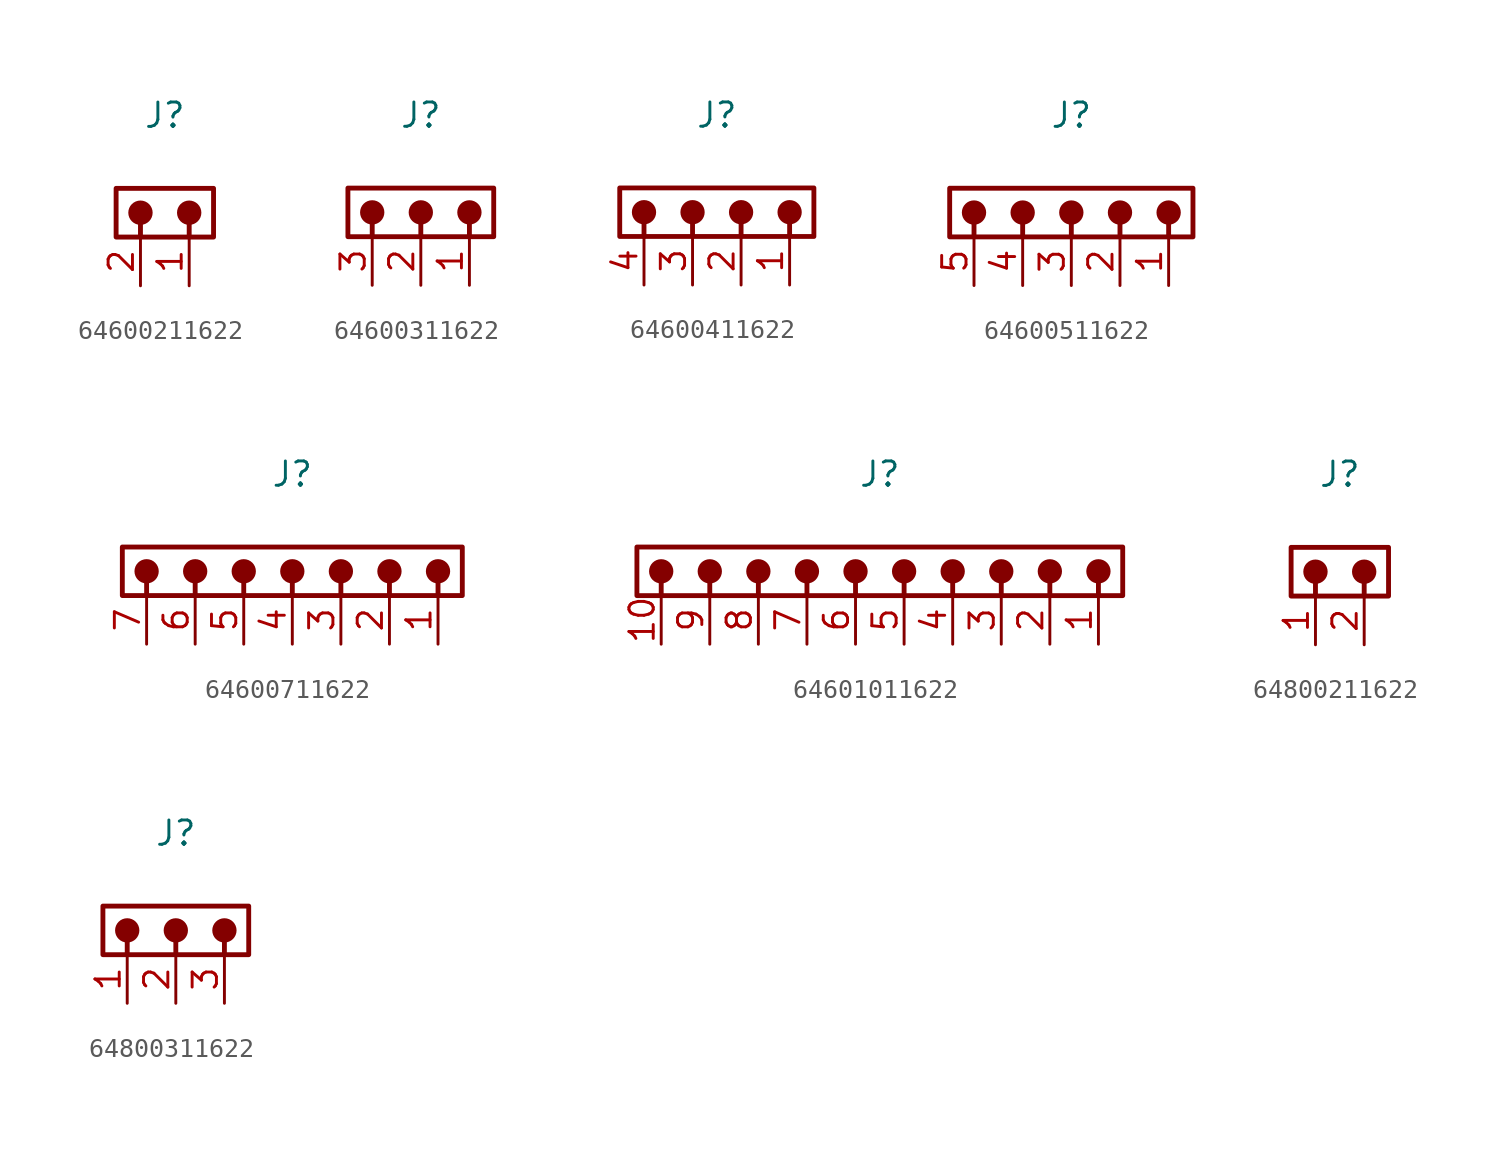
<source format=kicad_sym>
(kicad_symbol_lib
  (version 20241209)
  (generator "kicad_symbol_editor")
  (generator_version "9.0")
  (symbol "64600211622"
    (pin_names
      (hide yes))
    (property "Reference" "J"
      (at 0 5.08 0)
      (effects (font (size 1.27 1.27))))
    (symbol "64600211622_1_1"
      (circle (center -1.27 0) (radius 0.508) (stroke (width 0.254) (type solid)) (fill (type outline)))
      (polyline (pts (xy -1.27 -0.508) (xy -1.27 -1.27)) (stroke (width 0.254) (type solid)) (fill (type none)))
      (circle (center 1.27 0) (radius 0.508) (stroke (width 0.254) (type solid)) (fill (type outline)))
      (polyline (pts (xy 1.27 -0.508) (xy 1.27 -1.27)) (stroke (width 0.254) (type solid)) (fill (type none)))
      (rectangle (start 2.54 1.27) (end -2.54 -1.27) (stroke (width 0.254) (type solid)) (fill (type none)))
      (pin passive line (at -1.27 -3.81 90) (length 2.54) (name "2" (effects (font (size 1.27 1.27)))) (number "2" (effects (font (size 1.27 1.27)))))
      (pin passive line (at 1.27 -3.81 90) (length 2.54) (name "1" (effects (font (size 1.27 1.27)))) (number "1" (effects (font (size 1.27 1.27)))))))
  (symbol "64600311622"
    (pin_names
      (hide yes))
    (property "Reference" "J"
      (at 0 5.08 0)
      (effects (font (size 1.27 1.27))))
    (symbol "64600311622_1_1"
      (rectangle (start -3.81 1.27) (end 3.81 -1.27) (stroke (width 0.254) (type solid)) (fill (type none)))
      (circle (center -2.54 0) (radius 0.508) (stroke (width 0.254) (type solid)) (fill (type outline)))
      (polyline (pts (xy -2.54 -0.508) (xy -2.54 -1.27)) (stroke (width 0.254) (type solid)) (fill (type none)))
      (circle (center 0 0) (radius 0.508) (stroke (width 0.254) (type solid)) (fill (type outline)))
      (polyline (pts (xy 0 -0.508) (xy 0 -1.27)) (stroke (width 0.254) (type solid)) (fill (type none)))
      (circle (center 2.54 0) (radius 0.508) (stroke (width 0.254) (type solid)) (fill (type outline)))
      (polyline (pts (xy 2.54 -0.508) (xy 2.54 -1.27)) (stroke (width 0.254) (type solid)) (fill (type none)))
      (pin passive line (at -2.54 -3.81 90) (length 2.54) (name "3" (effects (font (size 1.27 1.27)))) (number "3" (effects (font (size 1.27 1.27)))))
      (pin passive line (at 0 -3.81 90) (length 2.54) (name "2" (effects (font (size 1.27 1.27)))) (number "2" (effects (font (size 1.27 1.27)))))
      (pin passive line (at 2.54 -3.81 90) (length 2.54) (name "1" (effects (font (size 1.27 1.27)))) (number "1" (effects (font (size 1.27 1.27)))))))
  (symbol "64600411622"
    (pin_names
      (hide yes))
    (property "Reference" "J"
      (at 0 5.08 0)
      (effects (font (size 1.27 1.27))))
    (symbol "64600411622_1_1"
      (rectangle (start -5.08 1.27) (end 5.08 -1.27) (stroke (width 0.254) (type solid)) (fill (type none)))
      (circle (center -3.81 0) (radius 0.508) (stroke (width 0.254) (type solid)) (fill (type outline)))
      (polyline (pts (xy -3.81 -0.508) (xy -3.81 -1.27)) (stroke (width 0.254) (type solid)) (fill (type none)))
      (circle (center -1.27 0) (radius 0.508) (stroke (width 0.254) (type solid)) (fill (type outline)))
      (polyline (pts (xy -1.27 -0.508) (xy -1.27 -1.27)) (stroke (width 0.254) (type solid)) (fill (type none)))
      (circle (center 1.27 0) (radius 0.508) (stroke (width 0.254) (type solid)) (fill (type outline)))
      (polyline (pts (xy 1.27 -0.508) (xy 1.27 -1.27)) (stroke (width 0.254) (type solid)) (fill (type none)))
      (circle (center 3.81 0) (radius 0.508) (stroke (width 0.254) (type solid)) (fill (type outline)))
      (polyline (pts (xy 3.81 -0.508) (xy 3.81 -1.27)) (stroke (width 0.254) (type solid)) (fill (type none)))
      (pin passive line (at -3.81 -3.81 90) (length 2.54) (name "4" (effects (font (size 1.27 1.27)))) (number "4" (effects (font (size 1.27 1.27)))))
      (pin passive line (at -1.27 -3.81 90) (length 2.54) (name "3" (effects (font (size 1.27 1.27)))) (number "3" (effects (font (size 1.27 1.27)))))
      (pin passive line (at 1.27 -3.81 90) (length 2.54) (name "2" (effects (font (size 1.27 1.27)))) (number "2" (effects (font (size 1.27 1.27)))))
      (pin passive line (at 3.81 -3.81 90) (length 2.54) (name "1" (effects (font (size 1.27 1.27)))) (number "1" (effects (font (size 1.27 1.27)))))))
  (symbol "64600511622"
    (pin_names
      (hide yes))
    (property "Reference" "J"
      (at 0 5.08 0)
      (effects (font (size 1.27 1.27))))
    (symbol "64600511622_1_1"
      (rectangle (start -6.35 1.27) (end 6.35 -1.27) (stroke (width 0.254) (type solid)) (fill (type none)))
      (circle (center -5.08 0) (radius 0.508) (stroke (width 0.254) (type solid)) (fill (type outline)))
      (polyline (pts (xy -5.08 -0.508) (xy -5.08 -1.27)) (stroke (width 0.254) (type solid)) (fill (type none)))
      (circle (center -2.54 0) (radius 0.508) (stroke (width 0.254) (type solid)) (fill (type outline)))
      (polyline (pts (xy -2.54 -0.508) (xy -2.54 -1.27)) (stroke (width 0.254) (type solid)) (fill (type none)))
      (circle (center 0 0) (radius 0.508) (stroke (width 0.254) (type solid)) (fill (type outline)))
      (polyline (pts (xy 0 -0.508) (xy 0 -1.27)) (stroke (width 0.254) (type solid)) (fill (type none)))
      (circle (center 2.54 0) (radius 0.508) (stroke (width 0.254) (type solid)) (fill (type outline)))
      (polyline (pts (xy 2.54 -0.508) (xy 2.54 -1.27)) (stroke (width 0.254) (type solid)) (fill (type none)))
      (circle (center 5.08 0) (radius 0.508) (stroke (width 0.254) (type solid)) (fill (type outline)))
      (polyline (pts (xy 5.08 -0.508) (xy 5.08 -1.27)) (stroke (width 0.254) (type solid)) (fill (type none)))
      (pin passive line (at -5.08 -3.81 90) (length 2.54) (name "5" (effects (font (size 1.27 1.27)))) (number "5" (effects (font (size 1.27 1.27)))))
      (pin passive line (at -2.54 -3.81 90) (length 2.54) (name "4" (effects (font (size 1.27 1.27)))) (number "4" (effects (font (size 1.27 1.27)))))
      (pin passive line (at 0 -3.81 90) (length 2.54) (name "3" (effects (font (size 1.27 1.27)))) (number "3" (effects (font (size 1.27 1.27)))))
      (pin passive line (at 2.54 -3.81 90) (length 2.54) (name "2" (effects (font (size 1.27 1.27)))) (number "2" (effects (font (size 1.27 1.27)))))
      (pin passive line (at 5.08 -3.81 90) (length 2.54) (name "1" (effects (font (size 1.27 1.27)))) (number "1" (effects (font (size 1.27 1.27)))))))
  (symbol "64600711622"
    (pin_names
      (hide yes))
    (property "Reference" "J"
      (at 0 5.08 0)
      (effects (font (size 1.27 1.27))))
    (symbol "64600711622_1_1"
      (rectangle (start -8.89 1.27) (end 8.89 -1.27) (stroke (width 0.254) (type solid)) (fill (type none)))
      (circle (center -7.62 0) (radius 0.508) (stroke (width 0.254) (type solid)) (fill (type outline)))
      (polyline (pts (xy -7.62 -0.508) (xy -7.62 -1.27)) (stroke (width 0.254) (type solid)) (fill (type none)))
      (circle (center -5.08 0) (radius 0.508) (stroke (width 0.254) (type solid)) (fill (type outline)))
      (polyline (pts (xy -5.08 -0.508) (xy -5.08 -1.27)) (stroke (width 0.254) (type solid)) (fill (type none)))
      (circle (center -2.54 0) (radius 0.508) (stroke (width 0.254) (type solid)) (fill (type outline)))
      (polyline (pts (xy -2.54 -0.508) (xy -2.54 -1.27)) (stroke (width 0.254) (type solid)) (fill (type none)))
      (circle (center 0 0) (radius 0.508) (stroke (width 0.254) (type solid)) (fill (type outline)))
      (polyline (pts (xy 0 -0.508) (xy 0 -1.27)) (stroke (width 0.254) (type solid)) (fill (type none)))
      (circle (center 2.54 0) (radius 0.508) (stroke (width 0.254) (type solid)) (fill (type outline)))
      (polyline (pts (xy 2.54 -0.508) (xy 2.54 -1.27)) (stroke (width 0.254) (type solid)) (fill (type none)))
      (circle (center 5.08 0) (radius 0.508) (stroke (width 0.254) (type solid)) (fill (type outline)))
      (polyline (pts (xy 5.08 -0.508) (xy 5.08 -1.27)) (stroke (width 0.254) (type solid)) (fill (type none)))
      (circle (center 7.62 0) (radius 0.508) (stroke (width 0.254) (type solid)) (fill (type outline)))
      (polyline (pts (xy 7.62 -0.508) (xy 7.62 -1.27)) (stroke (width 0.254) (type solid)) (fill (type none)))
      (pin passive line (at -7.62 -3.81 90) (length 2.54) (name "7" (effects (font (size 1.27 1.27)))) (number "7" (effects (font (size 1.27 1.27)))))
      (pin passive line (at -5.08 -3.81 90) (length 2.54) (name "6" (effects (font (size 1.27 1.27)))) (number "6" (effects (font (size 1.27 1.27)))))
      (pin passive line (at -2.54 -3.81 90) (length 2.54) (name "5" (effects (font (size 1.27 1.27)))) (number "5" (effects (font (size 1.27 1.27)))))
      (pin passive line (at 0 -3.81 90) (length 2.54) (name "4" (effects (font (size 1.27 1.27)))) (number "4" (effects (font (size 1.27 1.27)))))
      (pin passive line (at 2.54 -3.81 90) (length 2.54) (name "3" (effects (font (size 1.27 1.27)))) (number "3" (effects (font (size 1.27 1.27)))))
      (pin passive line (at 5.08 -3.81 90) (length 2.54) (name "2" (effects (font (size 1.27 1.27)))) (number "2" (effects (font (size 1.27 1.27)))))
      (pin passive line (at 7.62 -3.81 90) (length 2.54) (name "1" (effects (font (size 1.27 1.27)))) (number "1" (effects (font (size 1.27 1.27)))))))
  (symbol "64601011622"
    (pin_names
      (hide yes))
    (property "Reference" "J"
      (at 0 5.08 0)
      (effects (font (size 1.27 1.27))))
    (symbol "64601011622_1_1"
      (rectangle (start -12.7 1.27) (end 12.7 -1.27) (stroke (width 0.254) (type solid)) (fill (type none)))
      (circle (center -11.43 0) (radius 0.508) (stroke (width 0.254) (type solid)) (fill (type outline)))
      (polyline (pts (xy -11.43 -0.508) (xy -11.43 -1.27)) (stroke (width 0.254) (type solid)) (fill (type none)))
      (circle (center -8.89 0) (radius 0.508) (stroke (width 0.254) (type solid)) (fill (type outline)))
      (polyline (pts (xy -8.89 -0.508) (xy -8.89 -1.27)) (stroke (width 0.254) (type solid)) (fill (type none)))
      (circle (center -6.35 0) (radius 0.508) (stroke (width 0.254) (type solid)) (fill (type outline)))
      (polyline (pts (xy -6.35 -0.508) (xy -6.35 -1.27)) (stroke (width 0.254) (type solid)) (fill (type none)))
      (circle (center -3.81 0) (radius 0.508) (stroke (width 0.254) (type solid)) (fill (type outline)))
      (polyline (pts (xy -3.81 -0.508) (xy -3.81 -1.27)) (stroke (width 0.254) (type solid)) (fill (type none)))
      (circle (center -1.27 0) (radius 0.508) (stroke (width 0.254) (type solid)) (fill (type outline)))
      (polyline (pts (xy -1.27 -0.508) (xy -1.27 -1.27)) (stroke (width 0.254) (type solid)) (fill (type none)))
      (circle (center 1.27 0) (radius 0.508) (stroke (width 0.254) (type solid)) (fill (type outline)))
      (polyline (pts (xy 1.27 -0.508) (xy 1.27 -1.27)) (stroke (width 0.254) (type solid)) (fill (type none)))
      (circle (center 3.81 0) (radius 0.508) (stroke (width 0.254) (type solid)) (fill (type outline)))
      (polyline (pts (xy 3.81 -0.508) (xy 3.81 -1.27)) (stroke (width 0.254) (type solid)) (fill (type none)))
      (circle (center 6.35 0) (radius 0.508) (stroke (width 0.254) (type solid)) (fill (type outline)))
      (polyline (pts (xy 6.35 -0.508) (xy 6.35 -1.27)) (stroke (width 0.254) (type solid)) (fill (type none)))
      (circle (center 8.89 0) (radius 0.508) (stroke (width 0.254) (type solid)) (fill (type outline)))
      (polyline (pts (xy 8.89 -0.508) (xy 8.89 -1.27)) (stroke (width 0.254) (type solid)) (fill (type none)))
      (circle (center 11.43 0) (radius 0.508) (stroke (width 0.254) (type solid)) (fill (type outline)))
      (polyline (pts (xy 11.43 -0.508) (xy 11.43 -1.27)) (stroke (width 0.254) (type solid)) (fill (type none)))
      (pin passive line (at -11.43 -3.81 90) (length 2.54) (name "10" (effects (font (size 1.27 1.27)))) (number "10" (effects (font (size 1.27 1.27)))))
      (pin passive line (at -8.89 -3.81 90) (length 2.54) (name "9" (effects (font (size 1.27 1.27)))) (number "9" (effects (font (size 1.27 1.27)))))
      (pin passive line (at -6.35 -3.81 90) (length 2.54) (name "8" (effects (font (size 1.27 1.27)))) (number "8" (effects (font (size 1.27 1.27)))))
      (pin passive line (at -3.81 -3.81 90) (length 2.54) (name "7" (effects (font (size 1.27 1.27)))) (number "7" (effects (font (size 1.27 1.27)))))
      (pin passive line (at -1.27 -3.81 90) (length 2.54) (name "6" (effects (font (size 1.27 1.27)))) (number "6" (effects (font (size 1.27 1.27)))))
      (pin passive line (at 1.27 -3.81 90) (length 2.54) (name "5" (effects (font (size 1.27 1.27)))) (number "5" (effects (font (size 1.27 1.27)))))
      (pin passive line (at 3.81 -3.81 90) (length 2.54) (name "4" (effects (font (size 1.27 1.27)))) (number "4" (effects (font (size 1.27 1.27)))))
      (pin passive line (at 6.35 -3.81 90) (length 2.54) (name "3" (effects (font (size 1.27 1.27)))) (number "3" (effects (font (size 1.27 1.27)))))
      (pin passive line (at 8.89 -3.81 90) (length 2.54) (name "2" (effects (font (size 1.27 1.27)))) (number "2" (effects (font (size 1.27 1.27)))))
      (pin passive line (at 11.43 -3.81 90) (length 2.54) (name "1" (effects (font (size 1.27 1.27)))) (number "1" (effects (font (size 1.27 1.27)))))))
  (symbol "64800211622"
    (pin_names
      (hide yes))
    (property "Reference" "J"
      (at 0 5.08 0)
      (effects (font (size 1.27 1.27))))
    (symbol "64800211622_1_1"
      (rectangle (start -2.54 1.27) (end 2.54 -1.27) (stroke (width 0.254) (type solid)) (fill (type none)))
      (circle (center -1.27 0) (radius 0.508) (stroke (width 0.254) (type solid)) (fill (type outline)))
      (polyline (pts (xy -1.27 -0.508) (xy -1.27 -1.27)) (stroke (width 0.254) (type solid)) (fill (type none)))
      (circle (center 1.27 0) (radius 0.508) (stroke (width 0.254) (type solid)) (fill (type outline)))
      (polyline (pts (xy 1.27 -0.508) (xy 1.27 -1.27)) (stroke (width 0.254) (type solid)) (fill (type none)))
      (pin passive line (at -1.27 -3.81 90) (length 2.54) (name "1" (effects (font (size 1.27 1.27)))) (number "1" (effects (font (size 1.27 1.27)))))
      (pin passive line (at 1.27 -3.81 90) (length 2.54) (name "2" (effects (font (size 1.27 1.27)))) (number "2" (effects (font (size 1.27 1.27)))))))
  (symbol "64800311622"
    (pin_names
      (hide yes))
    (property "Reference" "J"
      (at 0 5.08 0)
      (effects (font (size 1.27 1.27))))
    (symbol "64800311622_1_1"
      (rectangle (start -3.81 1.27) (end 3.81 -1.27) (stroke (width 0.254) (type solid)) (fill (type none)))
      (circle (center -2.54 0) (radius 0.508) (stroke (width 0.254) (type solid)) (fill (type outline)))
      (polyline (pts (xy -2.54 -0.508) (xy -2.54 -1.27)) (stroke (width 0.254) (type solid)) (fill (type none)))
      (circle (center 0 0) (radius 0.508) (stroke (width 0.254) (type solid)) (fill (type outline)))
      (polyline (pts (xy 0 -0.508) (xy 0 -1.27)) (stroke (width 0.254) (type solid)) (fill (type none)))
      (circle (center 2.54 0) (radius 0.508) (stroke (width 0.254) (type solid)) (fill (type outline)))
      (polyline (pts (xy 2.54 -0.508) (xy 2.54 -1.27)) (stroke (width 0.254) (type solid)) (fill (type none)))
      (pin passive line (at -2.54 -3.81 90) (length 2.54) (name "1" (effects (font (size 1.27 1.27)))) (number "1" (effects (font (size 1.27 1.27)))))
      (pin passive line (at 0 -3.81 90) (length 2.54) (name "2" (effects (font (size 1.27 1.27)))) (number "2" (effects (font (size 1.27 1.27)))))
      (pin passive line (at 2.54 -3.81 90) (length 2.54) (name "3" (effects (font (size 1.27 1.27)))) (number "3" (effects (font (size 1.27 1.27))))))))
</source>
